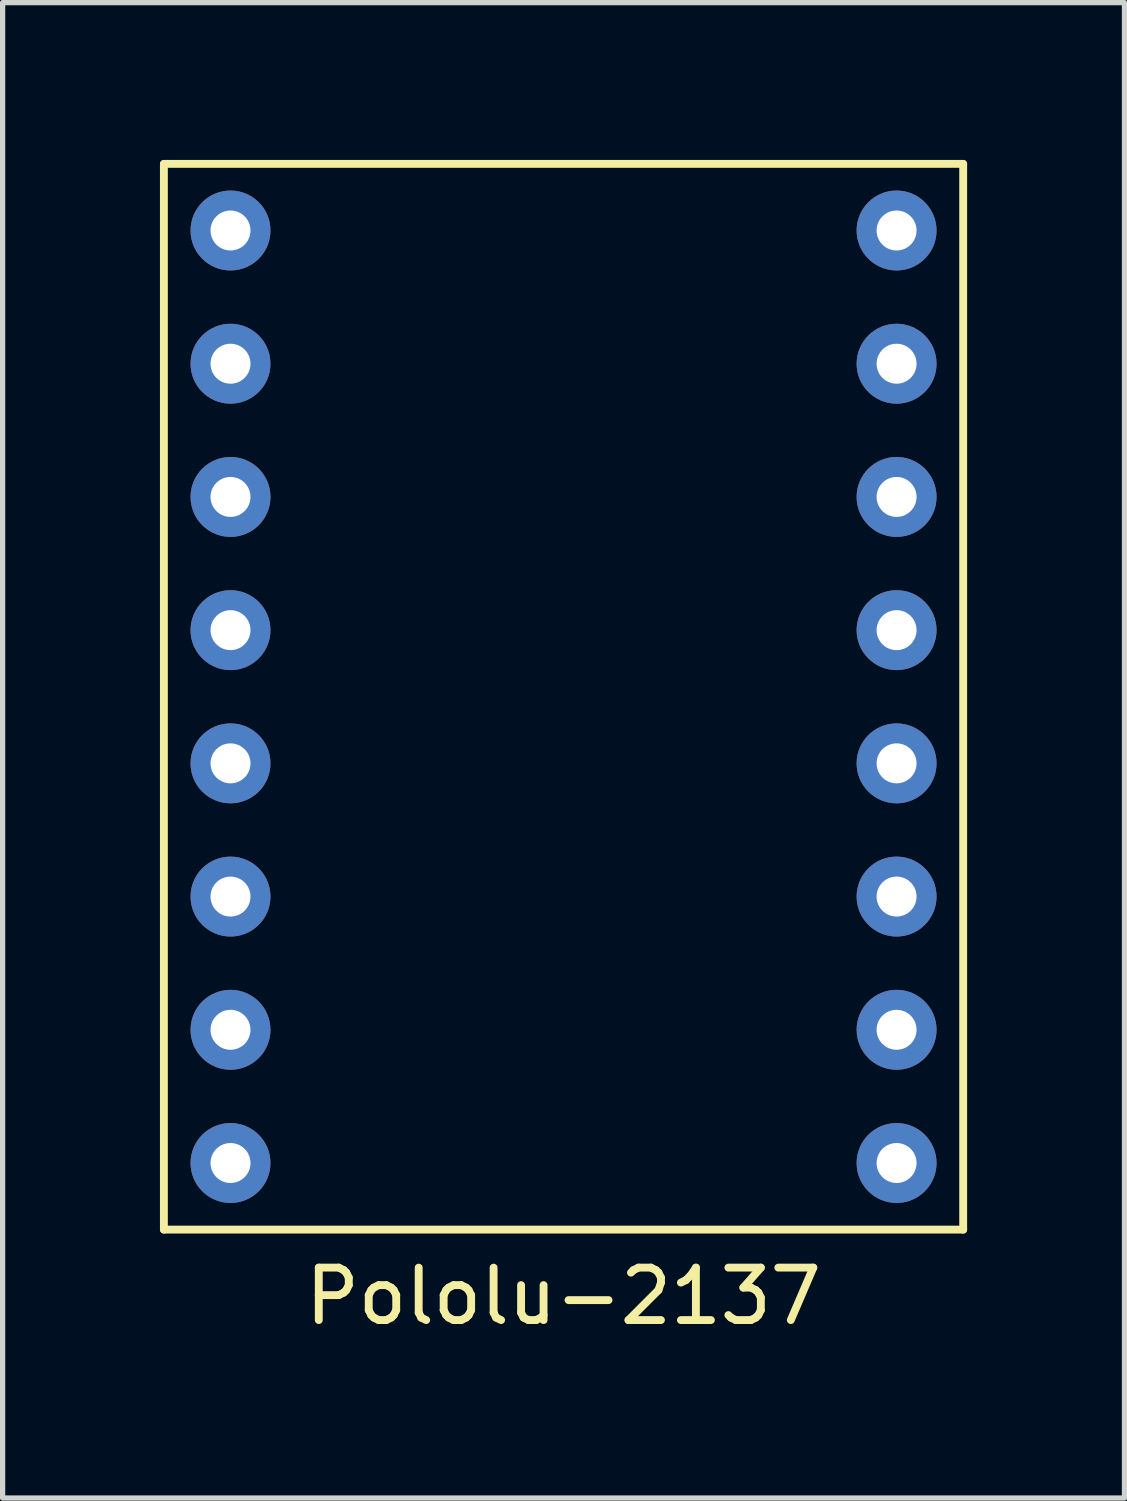
<source format=kicad_pcb>
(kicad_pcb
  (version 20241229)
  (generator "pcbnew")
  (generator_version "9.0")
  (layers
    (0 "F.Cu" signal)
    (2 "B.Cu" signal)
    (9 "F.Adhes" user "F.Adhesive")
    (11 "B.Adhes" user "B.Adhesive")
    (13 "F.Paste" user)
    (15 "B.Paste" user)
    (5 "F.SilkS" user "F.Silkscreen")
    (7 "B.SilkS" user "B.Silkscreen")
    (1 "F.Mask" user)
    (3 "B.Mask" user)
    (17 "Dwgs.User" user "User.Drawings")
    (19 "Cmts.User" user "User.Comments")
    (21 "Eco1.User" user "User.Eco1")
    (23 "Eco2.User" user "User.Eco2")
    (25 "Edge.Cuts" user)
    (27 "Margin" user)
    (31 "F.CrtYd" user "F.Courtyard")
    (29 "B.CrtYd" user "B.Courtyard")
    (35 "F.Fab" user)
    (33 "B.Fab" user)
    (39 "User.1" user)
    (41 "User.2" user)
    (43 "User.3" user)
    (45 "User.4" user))
  (footprint "Pololu-2137"
    (layer "F.Cu")
    (at 7.695 10.235)
    (property "Reference" "Pololu-2137" (at 0 11.43 0) (layer "F.SilkS") (effects (font (size 1 1) (thickness 0.15))))
    (attr through_hole)
    (fp_line (start -7.62 -10.16) (end 7.62 -10.16) (stroke (width 0.15) (type solid)) (layer "F.SilkS"))
    (fp_line (start -7.62 10.16) (end -7.62 -10.16) (stroke (width 0.15) (type solid)) (layer "F.SilkS"))
    (fp_line (start 7.62 -10.16) (end 7.62 10.16) (stroke (width 0.15) (type solid)) (layer "F.SilkS"))
    (fp_line (start 7.62 10.16) (end -7.62 10.16) (stroke (width 0.15) (type solid)) (layer "F.SilkS"))
    (pad "1" thru_hole circle (at -6.35 -8.89) (size 1.524 1.524) (drill 0.762) (layers "*.Cu" "*.Mask"))
    (pad "2" thru_hole circle (at -6.35 -6.35) (size 1.524 1.524) (drill 0.762) (layers "*.Cu" "*.Mask"))
    (pad "3" thru_hole circle (at -6.35 -3.81) (size 1.524 1.524) (drill 0.762) (layers "*.Cu" "*.Mask"))
    (pad "4" thru_hole circle (at -6.35 -1.27) (size 1.524 1.524) (drill 0.762) (layers "*.Cu" "*.Mask"))
    (pad "5" thru_hole circle (at -6.35 1.27) (size 1.524 1.524) (drill 0.762) (layers "*.Cu" "*.Mask"))
    (pad "6" thru_hole circle (at -6.35 3.81) (size 1.524 1.524) (drill 0.762) (layers "*.Cu" "*.Mask"))
    (pad "7" thru_hole circle (at -6.35 6.35) (size 1.524 1.524) (drill 0.762) (layers "*.Cu" "*.Mask"))
    (pad "8" thru_hole circle (at -6.35 8.89) (size 1.524 1.524) (drill 0.762) (layers "*.Cu" "*.Mask"))
    (pad "9" thru_hole circle (at 6.35 8.89) (size 1.524 1.524) (drill 0.762) (layers "*.Cu" "*.Mask"))
    (pad "10" thru_hole circle (at 6.35 6.35) (size 1.524 1.524) (drill 0.762) (layers "*.Cu" "*.Mask"))
    (pad "11" thru_hole circle (at 6.35 3.81) (size 1.524 1.524) (drill 0.762) (layers "*.Cu" "*.Mask"))
    (pad "12" thru_hole circle (at 6.35 1.27) (size 1.524 1.524) (drill 0.762) (layers "*.Cu" "*.Mask"))
    (pad "13" thru_hole circle (at 6.35 -1.27) (size 1.524 1.524) (drill 0.762) (layers "*.Cu" "*.Mask"))
    (pad "14" thru_hole circle (at 6.35 -3.81) (size 1.524 1.524) (drill 0.762) (layers "*.Cu" "*.Mask"))
    (pad "15" thru_hole circle (at 6.35 -6.35) (size 1.524 1.524) (drill 0.762) (layers "*.Cu" "*.Mask"))
    (pad "16" thru_hole circle (at 6.35 -8.89) (size 1.524 1.524) (drill 0.762) (layers "*.Cu" "*.Mask")))
  (gr_rect
    (start -3 -3)
    (end 18.39 25.513)
    (stroke (width 0.1) (type default))
    (fill no)
    (layer "Edge.Cuts")))
</source>
